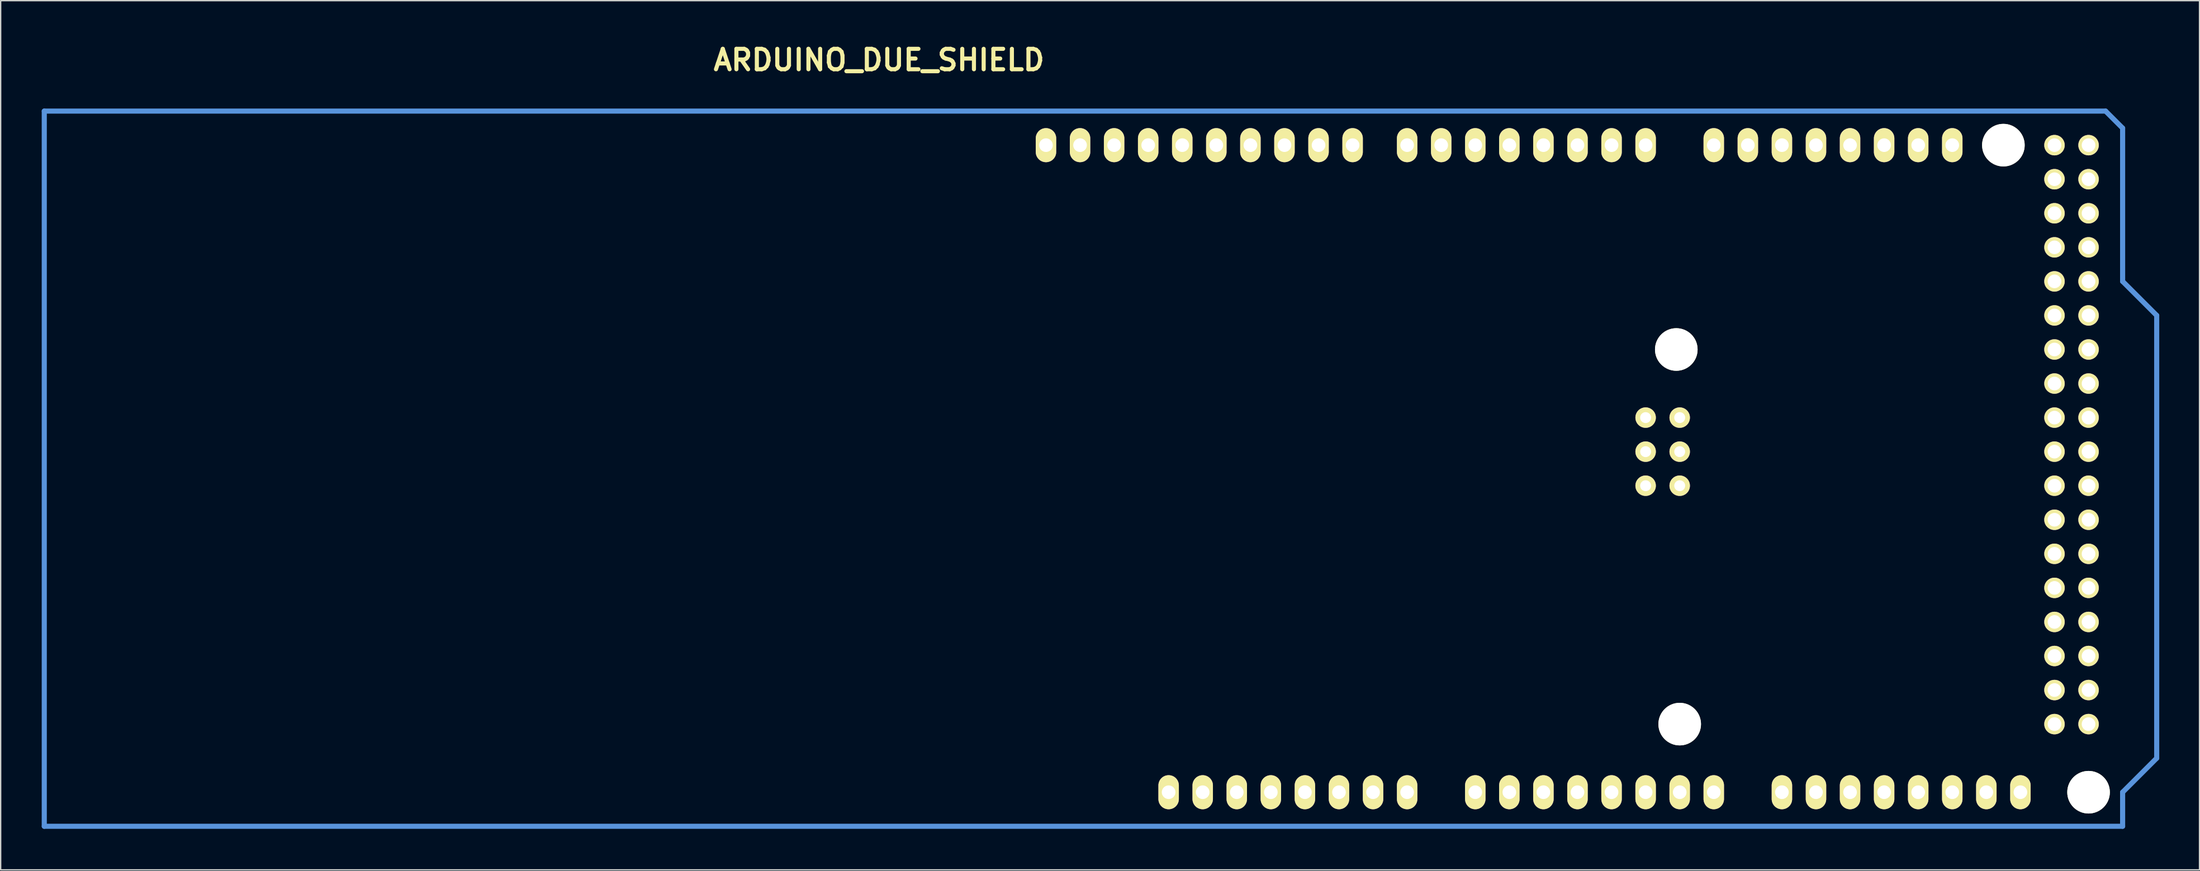
<source format=kicad_pcb>
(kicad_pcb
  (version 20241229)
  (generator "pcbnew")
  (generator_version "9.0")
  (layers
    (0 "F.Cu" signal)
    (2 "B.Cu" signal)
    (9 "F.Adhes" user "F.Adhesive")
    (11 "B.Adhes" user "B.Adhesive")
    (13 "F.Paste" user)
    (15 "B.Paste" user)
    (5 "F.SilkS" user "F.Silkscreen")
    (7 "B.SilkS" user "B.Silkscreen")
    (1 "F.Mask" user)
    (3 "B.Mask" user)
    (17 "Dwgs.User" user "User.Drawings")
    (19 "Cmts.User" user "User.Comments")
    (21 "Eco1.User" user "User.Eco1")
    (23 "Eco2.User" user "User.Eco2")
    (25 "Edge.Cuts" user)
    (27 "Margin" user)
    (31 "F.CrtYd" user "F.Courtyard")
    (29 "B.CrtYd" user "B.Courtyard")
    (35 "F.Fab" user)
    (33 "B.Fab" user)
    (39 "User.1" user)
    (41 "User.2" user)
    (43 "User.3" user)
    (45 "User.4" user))
  (footprint "ARDUINO_DUE_SHIELD"
    (layer "F.Cu")
    (at 0.25 58.576)
    (property "Reference" "ARDUINO_DUE_SHIELD" (at 62.23 -57.15 0) (layer "F.SilkS") (effects (font (size 1.524 1.524) (thickness 0.305))))
    (attr through_hole)
    (fp_line (start 0 0) (end 0 -53.34) (stroke (width 0.381) (type solid)) (layer "Cmts.User"))
    (fp_line (start 153.67 -53.34) (end 0 -53.34) (stroke (width 0.381) (type solid)) (layer "Cmts.User"))
    (fp_line (start 154.94 -52.07) (end 153.67 -53.34) (stroke (width 0.381) (type solid)) (layer "Cmts.User"))
    (fp_line (start 154.94 -40.64) (end 154.94 -52.07) (stroke (width 0.381) (type solid)) (layer "Cmts.User"))
    (fp_line (start 154.94 -40.64) (end 157.48 -38.1) (stroke (width 0.381) (type solid)) (layer "Cmts.User"))
    (fp_line (start 154.94 -2.54) (end 154.94 0) (stroke (width 0.381) (type solid)) (layer "Cmts.User"))
    (fp_line (start 154.94 0) (end 0 0) (stroke (width 0.381) (type solid)) (layer "Cmts.User"))
    (fp_line (start 157.48 -38.1) (end 157.48 -5.08) (stroke (width 0.381) (type solid)) (layer "Cmts.User"))
    (fp_line (start 157.48 -5.08) (end 154.94 -2.54) (stroke (width 0.381) (type solid)) (layer "Cmts.User"))
    (pad "" np_thru_hole circle (at 121.666 -35.56) (size 3.175 3.175) (drill 3.175) (layers "*.Cu" "*.Mask" "F.SilkS"))
    (pad "" np_thru_hole circle (at 121.92 -7.62) (size 3.175 3.175) (drill 3.175) (layers "*.Cu" "*.Mask" "F.SilkS"))
    (pad "" np_thru_hole circle (at 146.05 -50.8 90) (size 3.175 3.175) (drill 3.175) (layers "*.Cu" "*.Mask" "F.SilkS"))
    (pad "" np_thru_hole circle (at 152.4 -2.54 90) (size 3.175 3.175) (drill 3.175) (layers "*.Cu" "*.Mask" "F.SilkS"))
    (pad "0" thru_hole oval (at 119.38 -50.8 90) (size 2.54 1.524) (drill 1.016) (layers "*.Cu" "*.Mask" "F.SilkS"))
    (pad "1" thru_hole oval (at 116.84 -50.8 90) (size 2.54 1.524) (drill 1.016) (layers "*.Cu" "*.Mask" "F.SilkS"))
    (pad "2" thru_hole oval (at 114.3 -50.8 90) (size 2.54 1.524) (drill 1.016) (layers "*.Cu" "*.Mask" "F.SilkS"))
    (pad "3" thru_hole oval (at 111.76 -50.8 90) (size 2.54 1.524) (drill 1.016) (layers "*.Cu" "*.Mask" "F.SilkS"))
    (pad "3V3" thru_hole oval (at 91.44 -2.54 90) (size 2.54 1.524) (drill 1.016) (layers "*.Cu" "*.Mask" "F.SilkS"))
    (pad "4" thru_hole oval (at 109.22 -50.8 90) (size 2.54 1.524) (drill 1.016) (layers "*.Cu" "*.Mask" "F.SilkS"))
    (pad "5" thru_hole oval (at 106.68 -50.8 90) (size 2.54 1.524) (drill 1.016) (layers "*.Cu" "*.Mask" "F.SilkS"))
    (pad "5V" thru_hole oval (at 93.98 -2.54 90) (size 2.54 1.524) (drill 1.016) (layers "*.Cu" "*.Mask" "F.SilkS"))
    (pad "5V_4" thru_hole circle (at 149.86 -50.8) (size 1.524 1.524) (drill 1.016) (layers "*.Cu" "*.Mask" "F.SilkS"))
    (pad "5V_5" thru_hole circle (at 152.4 -50.8) (size 1.524 1.524) (drill 1.016) (layers "*.Cu" "*.Mask" "F.SilkS"))
    (pad "6" thru_hole oval (at 104.14 -50.8 90) (size 2.54 1.524) (drill 1.016) (layers "*.Cu" "*.Mask" "F.SilkS"))
    (pad "7" thru_hole oval (at 101.6 -50.8 90) (size 2.54 1.524) (drill 1.016) (layers "*.Cu" "*.Mask" "F.SilkS"))
    (pad "8" thru_hole oval (at 97.536 -50.8 90) (size 2.54 1.524) (drill 1.016) (layers "*.Cu" "*.Mask" "F.SilkS"))
    (pad "9" thru_hole oval (at 94.996 -50.8 90) (size 2.54 1.524) (drill 1.016) (layers "*.Cu" "*.Mask" "F.SilkS"))
    (pad "10" thru_hole oval (at 92.456 -50.8 90) (size 2.54 1.524) (drill 1.016) (layers "*.Cu" "*.Mask" "F.SilkS"))
    (pad "11" thru_hole oval (at 89.916 -50.8 90) (size 2.54 1.524) (drill 1.016) (layers "*.Cu" "*.Mask" "F.SilkS"))
    (pad "12" thru_hole oval (at 87.376 -50.8 90) (size 2.54 1.524) (drill 1.016) (layers "*.Cu" "*.Mask" "F.SilkS"))
    (pad "13" thru_hole oval (at 84.836 -50.8 90) (size 2.54 1.524) (drill 1.016) (layers "*.Cu" "*.Mask" "F.SilkS"))
    (pad "14" thru_hole oval (at 124.46 -50.8 90) (size 2.54 1.524) (drill 1.016) (layers "*.Cu" "*.Mask" "F.SilkS"))
    (pad "15" thru_hole oval (at 127 -50.8 90) (size 2.54 1.524) (drill 1.016) (layers "*.Cu" "*.Mask" "F.SilkS"))
    (pad "16" thru_hole oval (at 129.54 -50.8 90) (size 2.54 1.524) (drill 1.016) (layers "*.Cu" "*.Mask" "F.SilkS"))
    (pad "17" thru_hole oval (at 132.08 -50.8 90) (size 2.54 1.524) (drill 1.016) (layers "*.Cu" "*.Mask" "F.SilkS"))
    (pad "18" thru_hole oval (at 134.62 -50.8 90) (size 2.54 1.524) (drill 1.016) (layers "*.Cu" "*.Mask" "F.SilkS"))
    (pad "19" thru_hole oval (at 137.16 -50.8 90) (size 2.54 1.524) (drill 1.016) (layers "*.Cu" "*.Mask" "F.SilkS"))
    (pad "20" thru_hole oval (at 139.7 -50.8 90) (size 2.54 1.524) (drill 1.016) (layers "*.Cu" "*.Mask" "F.SilkS"))
    (pad "21" thru_hole oval (at 142.24 -50.8 90) (size 2.54 1.524) (drill 1.016) (layers "*.Cu" "*.Mask" "F.SilkS"))
    (pad "22" thru_hole circle (at 149.86 -48.26) (size 1.524 1.524) (drill 1.016) (layers "*.Cu" "*.Mask" "F.SilkS"))
    (pad "23" thru_hole circle (at 152.4 -48.26) (size 1.524 1.524) (drill 1.016) (layers "*.Cu" "*.Mask" "F.SilkS"))
    (pad "24" thru_hole circle (at 149.86 -45.72) (size 1.524 1.524) (drill 1.016) (layers "*.Cu" "*.Mask" "F.SilkS"))
    (pad "25" thru_hole circle (at 152.4 -45.72) (size 1.524 1.524) (drill 1.016) (layers "*.Cu" "*.Mask" "F.SilkS"))
    (pad "26" thru_hole circle (at 149.86 -43.18) (size 1.524 1.524) (drill 1.016) (layers "*.Cu" "*.Mask" "F.SilkS"))
    (pad "27" thru_hole circle (at 152.4 -43.18) (size 1.524 1.524) (drill 1.016) (layers "*.Cu" "*.Mask" "F.SilkS"))
    (pad "28" thru_hole circle (at 149.86 -40.64) (size 1.524 1.524) (drill 1.016) (layers "*.Cu" "*.Mask" "F.SilkS"))
    (pad "29" thru_hole circle (at 152.4 -40.64) (size 1.524 1.524) (drill 1.016) (layers "*.Cu" "*.Mask" "F.SilkS"))
    (pad "30" thru_hole circle (at 149.86 -38.1) (size 1.524 1.524) (drill 1.016) (layers "*.Cu" "*.Mask" "F.SilkS"))
    (pad "31" thru_hole circle (at 152.4 -38.1) (size 1.524 1.524) (drill 1.016) (layers "*.Cu" "*.Mask" "F.SilkS"))
    (pad "32" thru_hole circle (at 149.86 -35.56) (size 1.524 1.524) (drill 1.016) (layers "*.Cu" "*.Mask" "F.SilkS"))
    (pad "33" thru_hole circle (at 152.4 -35.56) (size 1.524 1.524) (drill 1.016) (layers "*.Cu" "*.Mask" "F.SilkS"))
    (pad "34" thru_hole circle (at 149.86 -33.02) (size 1.524 1.524) (drill 1.016) (layers "*.Cu" "*.Mask" "F.SilkS"))
    (pad "35" thru_hole circle (at 152.4 -33.02) (size 1.524 1.524) (drill 1.016) (layers "*.Cu" "*.Mask" "F.SilkS"))
    (pad "36" thru_hole circle (at 149.86 -30.48) (size 1.524 1.524) (drill 1.016) (layers "*.Cu" "*.Mask" "F.SilkS"))
    (pad "37" thru_hole circle (at 152.4 -30.48) (size 1.524 1.524) (drill 1.016) (layers "*.Cu" "*.Mask" "F.SilkS"))
    (pad "38" thru_hole circle (at 149.86 -27.94) (size 1.524 1.524) (drill 1.016) (layers "*.Cu" "*.Mask" "F.SilkS"))
    (pad "39" thru_hole circle (at 152.4 -27.94) (size 1.524 1.524) (drill 1.016) (layers "*.Cu" "*.Mask" "F.SilkS"))
    (pad "40" thru_hole circle (at 149.86 -25.4) (size 1.524 1.524) (drill 1.016) (layers "*.Cu" "*.Mask" "F.SilkS"))
    (pad "41" thru_hole circle (at 152.4 -25.4) (size 1.524 1.524) (drill 1.016) (layers "*.Cu" "*.Mask" "F.SilkS"))
    (pad "42" thru_hole circle (at 149.86 -22.86) (size 1.524 1.524) (drill 1.016) (layers "*.Cu" "*.Mask" "F.SilkS"))
    (pad "43" thru_hole circle (at 152.4 -22.86) (size 1.524 1.524) (drill 1.016) (layers "*.Cu" "*.Mask" "F.SilkS"))
    (pad "44" thru_hole circle (at 149.86 -20.32) (size 1.524 1.524) (drill 1.016) (layers "*.Cu" "*.Mask" "F.SilkS"))
    (pad "45" thru_hole circle (at 152.4 -20.32) (size 1.524 1.524) (drill 1.016) (layers "*.Cu" "*.Mask" "F.SilkS"))
    (pad "46" thru_hole circle (at 149.86 -17.78) (size 1.524 1.524) (drill 1.016) (layers "*.Cu" "*.Mask" "F.SilkS"))
    (pad "47" thru_hole circle (at 152.4 -17.78) (size 1.524 1.524) (drill 1.016) (layers "*.Cu" "*.Mask" "F.SilkS"))
    (pad "48" thru_hole circle (at 149.86 -15.24) (size 1.524 1.524) (drill 1.016) (layers "*.Cu" "*.Mask" "F.SilkS"))
    (pad "49" thru_hole circle (at 152.4 -15.24) (size 1.524 1.524) (drill 1.016) (layers "*.Cu" "*.Mask" "F.SilkS"))
    (pad "50" thru_hole circle (at 149.86 -12.7) (size 1.524 1.524) (drill 1.016) (layers "*.Cu" "*.Mask" "F.SilkS"))
    (pad "51" thru_hole circle (at 152.4 -12.7) (size 1.524 1.524) (drill 1.016) (layers "*.Cu" "*.Mask" "F.SilkS"))
    (pad "52" thru_hole circle (at 149.86 -10.16) (size 1.524 1.524) (drill 1.016) (layers "*.Cu" "*.Mask" "F.SilkS"))
    (pad "53" thru_hole circle (at 152.4 -10.16) (size 1.524 1.524) (drill 1.016) (layers "*.Cu" "*.Mask" "F.SilkS"))
    (pad "AD0" thru_hole oval (at 106.68 -2.54 90) (size 2.54 1.524) (drill 1.016) (layers "*.Cu" "*.Mask" "F.SilkS"))
    (pad "AD1" thru_hole oval (at 109.22 -2.54 90) (size 2.54 1.524) (drill 1.016) (layers "*.Cu" "*.Mask" "F.SilkS"))
    (pad "AD2" thru_hole oval (at 111.76 -2.54 90) (size 2.54 1.524) (drill 1.016) (layers "*.Cu" "*.Mask" "F.SilkS"))
    (pad "AD3" thru_hole oval (at 114.3 -2.54 90) (size 2.54 1.524) (drill 1.016) (layers "*.Cu" "*.Mask" "F.SilkS"))
    (pad "AD4" thru_hole oval (at 116.84 -2.54 90) (size 2.54 1.524) (drill 1.016) (layers "*.Cu" "*.Mask" "F.SilkS"))
    (pad "AD5" thru_hole oval (at 119.38 -2.54 90) (size 2.54 1.524) (drill 1.016) (layers "*.Cu" "*.Mask" "F.SilkS"))
    (pad "AD6" thru_hole oval (at 121.92 -2.54 90) (size 2.54 1.524) (drill 1.016) (layers "*.Cu" "*.Mask" "F.SilkS"))
    (pad "AD7" thru_hole oval (at 124.46 -2.54 90) (size 2.54 1.524) (drill 1.016) (layers "*.Cu" "*.Mask" "F.SilkS"))
    (pad "AD8" thru_hole oval (at 129.54 -2.54 90) (size 2.54 1.524) (drill 1.016) (layers "*.Cu" "*.Mask" "F.SilkS"))
    (pad "AD9" thru_hole oval (at 132.08 -2.54 90) (size 2.54 1.524) (drill 1.016) (layers "*.Cu" "*.Mask" "F.SilkS"))
    (pad "AD10" thru_hole oval (at 134.62 -2.54 90) (size 2.54 1.524) (drill 1.016) (layers "*.Cu" "*.Mask" "F.SilkS"))
    (pad "AD11" thru_hole oval (at 137.16 -2.54 90) (size 2.54 1.524) (drill 1.016) (layers "*.Cu" "*.Mask" "F.SilkS"))
    (pad "AREF" thru_hole oval (at 79.756 -50.8 90) (size 2.54 1.524) (drill 1.016) (layers "*.Cu" "*.Mask" "F.SilkS"))
    (pad "C_RX" thru_hole oval (at 144.78 -2.54 90) (size 2.54 1.524) (drill 1.016) (layers "*.Cu" "*.Mask" "F.SilkS"))
    (pad "C_TX" thru_hole oval (at 147.32 -2.54 90) (size 2.54 1.524) (drill 1.016) (layers "*.Cu" "*.Mask" "F.SilkS"))
    (pad "DAC0" thru_hole oval (at 139.7 -2.54 90) (size 2.54 1.524) (drill 1.016) (layers "*.Cu" "*.Mask" "F.SilkS"))
    (pad "DAC1" thru_hole oval (at 142.24 -2.54 90) (size 2.54 1.524) (drill 1.016) (layers "*.Cu" "*.Mask" "F.SilkS"))
    (pad "GND1" thru_hole oval (at 96.52 -2.54 90) (size 2.54 1.524) (drill 1.016) (layers "*.Cu" "*.Mask" "F.SilkS"))
    (pad "GND2" thru_hole oval (at 99.06 -2.54 90) (size 2.54 1.524) (drill 1.016) (layers "*.Cu" "*.Mask" "F.SilkS"))
    (pad "GND3" thru_hole oval (at 82.296 -50.8 90) (size 2.54 1.524) (drill 1.016) (layers "*.Cu" "*.Mask" "F.SilkS"))
    (pad "GND4" thru_hole circle (at 149.86 -7.62) (size 1.524 1.524) (drill 1.016) (layers "*.Cu" "*.Mask" "F.SilkS"))
    (pad "GND5" thru_hole circle (at 152.4 -7.62) (size 1.524 1.524) (drill 1.016) (layers "*.Cu" "*.Mask" "F.SilkS"))
    (pad "IO_R" thru_hole oval (at 86.36 -2.54 90) (size 2.54 1.524) (drill 1.016) (layers "*.Cu" "*.Mask" "F.SilkS"))
    (pad "NC" thru_hole oval (at 83.82 -2.54 90) (size 2.54 1.524) (drill 1.016) (layers "*.Cu" "*.Mask" "F.SilkS"))
    (pad "RST" thru_hole oval (at 88.9 -2.54 90) (size 2.54 1.524) (drill 1.016) (layers "*.Cu" "*.Mask" "F.SilkS"))
    (pad "SCL1" thru_hole oval (at 74.676 -50.8 90) (size 2.54 1.524) (drill 1.016) (layers "*.Cu" "*.Mask" "F.SilkS"))
    (pad "SDA1" thru_hole oval (at 77.216 -50.8 90) (size 2.54 1.524) (drill 1.016) (layers "*.Cu" "*.Mask" "F.SilkS"))
    (pad "SP1" thru_hole circle (at 119.38 -30.48) (size 1.524 1.524) (drill 0.813) (layers "*.Cu" "*.Mask" "F.SilkS"))
    (pad "SP2" thru_hole circle (at 121.92 -30.48) (size 1.524 1.524) (drill 0.813) (layers "*.Cu" "*.Mask" "F.SilkS"))
    (pad "SP3" thru_hole circle (at 119.38 -27.94) (size 1.524 1.524) (drill 0.813) (layers "*.Cu" "*.Mask" "F.SilkS"))
    (pad "SP4" thru_hole circle (at 121.92 -27.94) (size 1.524 1.524) (drill 0.813) (layers "*.Cu" "*.Mask" "F.SilkS"))
    (pad "SP5" thru_hole circle (at 119.38 -25.4) (size 1.524 1.524) (drill 0.813) (layers "*.Cu" "*.Mask" "F.SilkS"))
    (pad "SP6" thru_hole circle (at 121.92 -25.4) (size 1.524 1.524) (drill 0.813) (layers "*.Cu" "*.Mask" "F.SilkS"))
    (pad "V_IN" thru_hole oval (at 101.6 -2.54 90) (size 2.54 1.524) (drill 1.016) (layers "*.Cu" "*.Mask" "F.SilkS")))
  (gr_rect
    (start -3 -3)
    (end 160.921 61.826)
    (stroke (width 0.1) (type default))
    (fill no)
    (layer "Edge.Cuts")))
</source>
